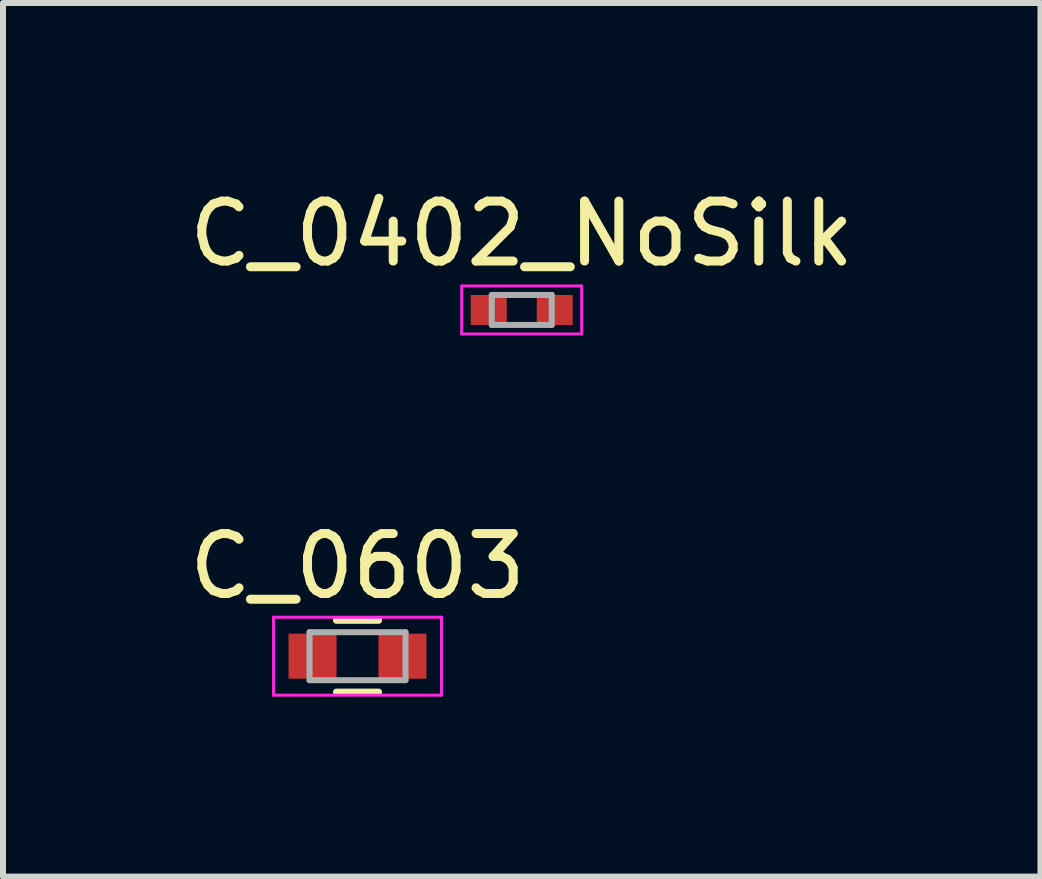
<source format=kicad_pcb>
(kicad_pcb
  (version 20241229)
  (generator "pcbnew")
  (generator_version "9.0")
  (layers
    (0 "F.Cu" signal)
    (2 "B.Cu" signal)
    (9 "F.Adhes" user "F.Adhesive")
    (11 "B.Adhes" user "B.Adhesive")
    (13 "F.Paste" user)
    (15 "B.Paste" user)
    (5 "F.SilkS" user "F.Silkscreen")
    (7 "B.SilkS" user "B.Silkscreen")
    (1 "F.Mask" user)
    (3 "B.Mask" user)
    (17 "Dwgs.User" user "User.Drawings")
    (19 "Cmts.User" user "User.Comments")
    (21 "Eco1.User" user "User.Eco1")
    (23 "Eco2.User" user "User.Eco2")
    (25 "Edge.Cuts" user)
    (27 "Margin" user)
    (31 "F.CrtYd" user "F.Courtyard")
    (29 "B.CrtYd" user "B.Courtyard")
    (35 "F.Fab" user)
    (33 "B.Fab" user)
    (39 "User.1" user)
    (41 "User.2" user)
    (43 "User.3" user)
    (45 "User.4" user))
  (footprint "C_0603"
    (layer "F.Cu")
    (at 2.911 7.891)
    (property "Reference" "C_0603" (at 0 -1.5 0) (layer "F.SilkS") (effects (font (size 1 1) (thickness 0.15))))
    (attr smd)
    (fp_line (start -0.35 -0.6) (end 0.35 -0.6) (stroke (width 0.12) (type solid)) (layer "F.SilkS"))
    (fp_line (start 0.35 0.6) (end -0.35 0.6) (stroke (width 0.12) (type solid)) (layer "F.SilkS"))
    (fp_line (start -1.4 -0.65) (end -1.4 0.65) (stroke (width 0.05) (type solid)) (layer "F.CrtYd"))
    (fp_line (start -1.4 -0.65) (end 1.4 -0.65) (stroke (width 0.05) (type solid)) (layer "F.CrtYd"))
    (fp_line (start 1.4 0.65) (end -1.4 0.65) (stroke (width 0.05) (type solid)) (layer "F.CrtYd"))
    (fp_line (start 1.4 0.65) (end 1.4 -0.65) (stroke (width 0.05) (type solid)) (layer "F.CrtYd"))
    (fp_line (start -0.8 -0.4) (end 0.8 -0.4) (stroke (width 0.1) (type solid)) (layer "F.Fab"))
    (fp_line (start -0.8 0.4) (end -0.8 -0.4) (stroke (width 0.1) (type solid)) (layer "F.Fab"))
    (fp_line (start 0.8 -0.4) (end 0.8 0.4) (stroke (width 0.1) (type solid)) (layer "F.Fab"))
    (fp_line (start 0.8 0.4) (end -0.8 0.4) (stroke (width 0.1) (type solid)) (layer "F.Fab"))
    (pad "1" smd rect (at -0.75 0) (size 0.8 0.75) (layers "F.Cu" "F.Mask" "F.Paste"))
    (pad "2" smd rect (at 0.75 0) (size 0.8 0.75) (layers "F.Cu" "F.Mask" "F.Paste")))
  (footprint "C_0402_NoSilk"
    (layer "F.Cu")
    (at 5.649 2.118)
    (property "Reference" "C_0402_NoSilk" (at 0 -1.27 0) (layer "F.SilkS") (effects (font (size 1 1) (thickness 0.15))))
    (attr smd)
    (fp_line (start -1 -0.4) (end -1 0.4) (stroke (width 0.05) (type solid)) (layer "F.CrtYd"))
    (fp_line (start -1 -0.4) (end 1 -0.4) (stroke (width 0.05) (type solid)) (layer "F.CrtYd"))
    (fp_line (start 1 0.4) (end -1 0.4) (stroke (width 0.05) (type solid)) (layer "F.CrtYd"))
    (fp_line (start 1 0.4) (end 1 -0.4) (stroke (width 0.05) (type solid)) (layer "F.CrtYd"))
    (fp_line (start -0.5 -0.25) (end 0.5 -0.25) (stroke (width 0.1) (type solid)) (layer "F.Fab"))
    (fp_line (start -0.5 0.25) (end -0.5 -0.25) (stroke (width 0.1) (type solid)) (layer "F.Fab"))
    (fp_line (start 0.5 -0.25) (end 0.5 0.25) (stroke (width 0.1) (type solid)) (layer "F.Fab"))
    (fp_line (start 0.5 0.25) (end -0.5 0.25) (stroke (width 0.1) (type solid)) (layer "F.Fab"))
    (pad "1" smd rect (at -0.55 0) (size 0.6 0.5) (layers "F.Cu" "F.Mask" "F.Paste"))
    (pad "2" smd rect (at 0.55 0) (size 0.6 0.5) (layers "F.Cu" "F.Mask" "F.Paste")))
  (gr_rect
    (start -3 -3)
    (end 14.298 11.566)
    (stroke (width 0.1) (type default))
    (fill no)
    (layer "Edge.Cuts")))
</source>
